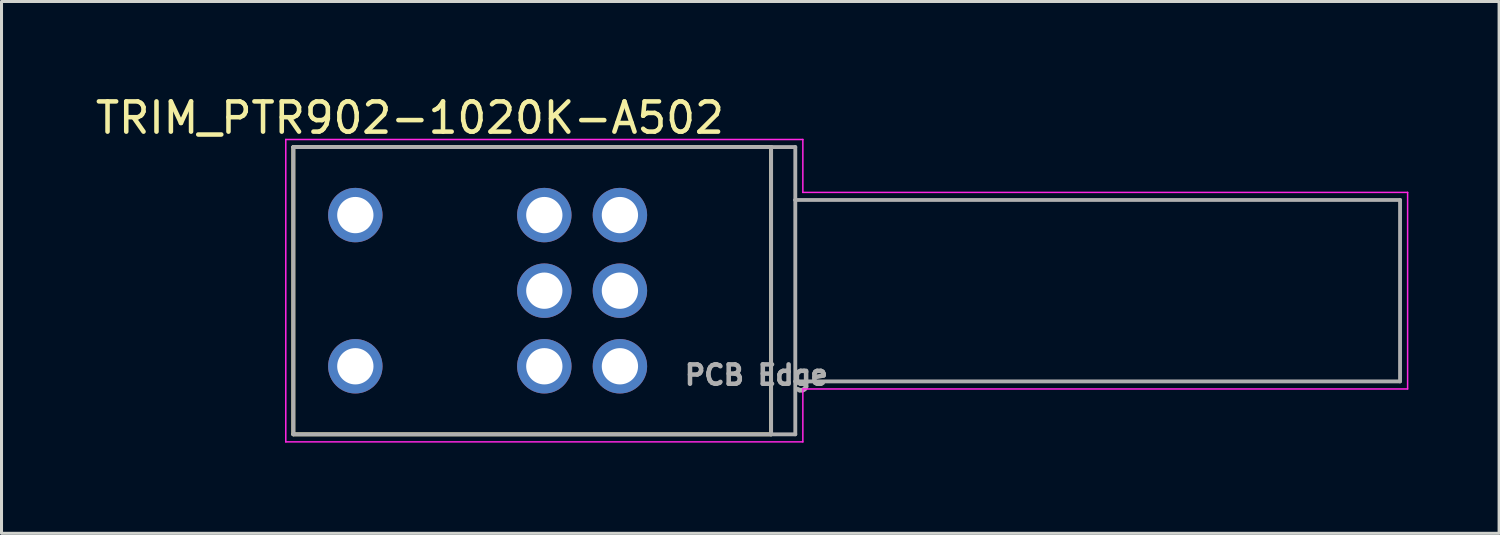
<source format=kicad_pcb>
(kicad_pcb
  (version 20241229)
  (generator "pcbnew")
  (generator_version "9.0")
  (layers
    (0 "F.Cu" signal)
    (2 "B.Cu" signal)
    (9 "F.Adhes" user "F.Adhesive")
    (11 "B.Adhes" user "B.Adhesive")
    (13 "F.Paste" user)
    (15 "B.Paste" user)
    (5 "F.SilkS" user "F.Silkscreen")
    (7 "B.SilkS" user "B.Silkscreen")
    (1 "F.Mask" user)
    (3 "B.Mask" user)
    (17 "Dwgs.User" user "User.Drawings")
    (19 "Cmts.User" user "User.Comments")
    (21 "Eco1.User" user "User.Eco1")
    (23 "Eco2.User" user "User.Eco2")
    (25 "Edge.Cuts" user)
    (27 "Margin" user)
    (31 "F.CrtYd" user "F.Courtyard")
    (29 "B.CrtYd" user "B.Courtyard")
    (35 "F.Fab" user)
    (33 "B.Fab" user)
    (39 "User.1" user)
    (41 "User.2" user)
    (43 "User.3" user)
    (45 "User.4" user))
  (footprint "TRIM_PTR902-1020K-A502"
    (layer "F.Cu")
    (at 14.951 6.563)
    (property "Reference" "TRIM_PTR902-1020K-A502" (at -4.445 -5.715 0) (layer "F.SilkS") (effects (font (size 1 1) (thickness 0.15))))
    (attr through_hole)
    (fp_line (start -8.3 -4.75) (end 7.5 -4.75) (stroke (width 0.127) (type solid)) (layer "F.SilkS"))
    (fp_line (start -8.3 4.75) (end -8.3 -4.75) (stroke (width 0.127) (type solid)) (layer "F.SilkS"))
    (fp_line (start 7.5 -4.75) (end 7.5 4.75) (stroke (width 0.127) (type solid)) (layer "F.SilkS"))
    (fp_line (start 7.5 4.75) (end -8.3 4.75) (stroke (width 0.127) (type solid)) (layer "F.SilkS"))
    (fp_line (start -8.55 -5) (end 8.55 -5) (stroke (width 0.05) (type solid)) (layer "F.CrtYd"))
    (fp_line (start -8.55 5) (end -8.55 -5) (stroke (width 0.05) (type solid)) (layer "F.CrtYd"))
    (fp_line (start 8.55 -5) (end 8.55 -3.25) (stroke (width 0.05) (type solid)) (layer "F.CrtYd"))
    (fp_line (start 8.55 -3.25) (end 28.55 -3.25) (stroke (width 0.05) (type solid)) (layer "F.CrtYd"))
    (fp_line (start 8.55 3.25) (end 8.55 5) (stroke (width 0.05) (type solid)) (layer "F.CrtYd"))
    (fp_line (start 8.55 5) (end -8.55 5) (stroke (width 0.05) (type solid)) (layer "F.CrtYd"))
    (fp_line (start 28.55 -3.25) (end 28.55 3.25) (stroke (width 0.05) (type solid)) (layer "F.CrtYd"))
    (fp_line (start 28.55 3.25) (end 8.55 3.25) (stroke (width 0.05) (type solid)) (layer "F.CrtYd"))
    (fp_line (start -8.3 -4.75) (end 7.5 -4.75) (stroke (width 0.127) (type solid)) (layer "F.Fab"))
    (fp_line (start -8.3 4.75) (end -8.3 -4.75) (stroke (width 0.127) (type solid)) (layer "F.Fab"))
    (fp_line (start 7.5 -4.75) (end 7.5 4.75) (stroke (width 0.127) (type solid)) (layer "F.Fab"))
    (fp_line (start 7.5 -4.75) (end 8.3 -4.75) (stroke (width 0.127) (type solid)) (layer "F.Fab"))
    (fp_line (start 7.5 4.75) (end -8.3 4.75) (stroke (width 0.127) (type solid)) (layer "F.Fab"))
    (fp_line (start 8.3 -4.75) (end 8.3 -3) (stroke (width 0.127) (type solid)) (layer "F.Fab"))
    (fp_line (start 8.3 -3) (end 8.3 3) (stroke (width 0.127) (type solid)) (layer "F.Fab"))
    (fp_line (start 8.3 -3) (end 28.3 -3) (stroke (width 0.127) (type solid)) (layer "F.Fab"))
    (fp_line (start 8.3 3) (end 8.3 4.75) (stroke (width 0.127) (type solid)) (layer "F.Fab"))
    (fp_line (start 8.3 4.75) (end 7.5 4.75) (stroke (width 0.127) (type solid)) (layer "F.Fab"))
    (fp_line (start 28.3 -3) (end 28.3 3) (stroke (width 0.127) (type solid)) (layer "F.Fab"))
    (fp_line (start 28.3 3) (end 8.3 3) (stroke (width 0.127) (type solid)) (layer "F.Fab"))
    (fp_text user "PCB Edge" (at 7.012 2.789 0) (layer "F.Fab") (effects (font (size 0.64 0.64) (thickness 0.15))))
    (pad "COM" thru_hole circle (at -6.25 2.5) (size 1.8 1.8) (drill 1.2) (layers "*.Cu" "*.Mask"))
    (pad "NO" thru_hole circle (at -6.25 -2.5) (size 1.8 1.8) (drill 1.2) (layers "*.Cu" "*.Mask"))
    (pad "R1_1" thru_hole circle (at 2.5 2.5) (size 1.8 1.8) (drill 1.2) (layers "*.Cu" "*.Mask"))
    (pad "R1_2" thru_hole circle (at 2.5 0) (size 1.8 1.8) (drill 1.2) (layers "*.Cu" "*.Mask"))
    (pad "R1_3" thru_hole circle (at 2.5 -2.5) (size 1.8 1.8) (drill 1.2) (layers "*.Cu" "*.Mask"))
    (pad "R2_1" thru_hole circle (at 0 2.5) (size 1.8 1.8) (drill 1.2) (layers "*.Cu" "*.Mask"))
    (pad "R2_2" thru_hole circle (at 0 0) (size 1.8 1.8) (drill 1.2) (layers "*.Cu" "*.Mask"))
    (pad "R2_3" thru_hole circle (at 0 -2.5) (size 1.8 1.8) (drill 1.2) (layers "*.Cu" "*.Mask")))
  (gr_rect
    (start -3 -3)
    (end 46.526 14.588)
    (stroke (width 0.1) (type default))
    (fill no)
    (layer "Edge.Cuts")))
</source>
